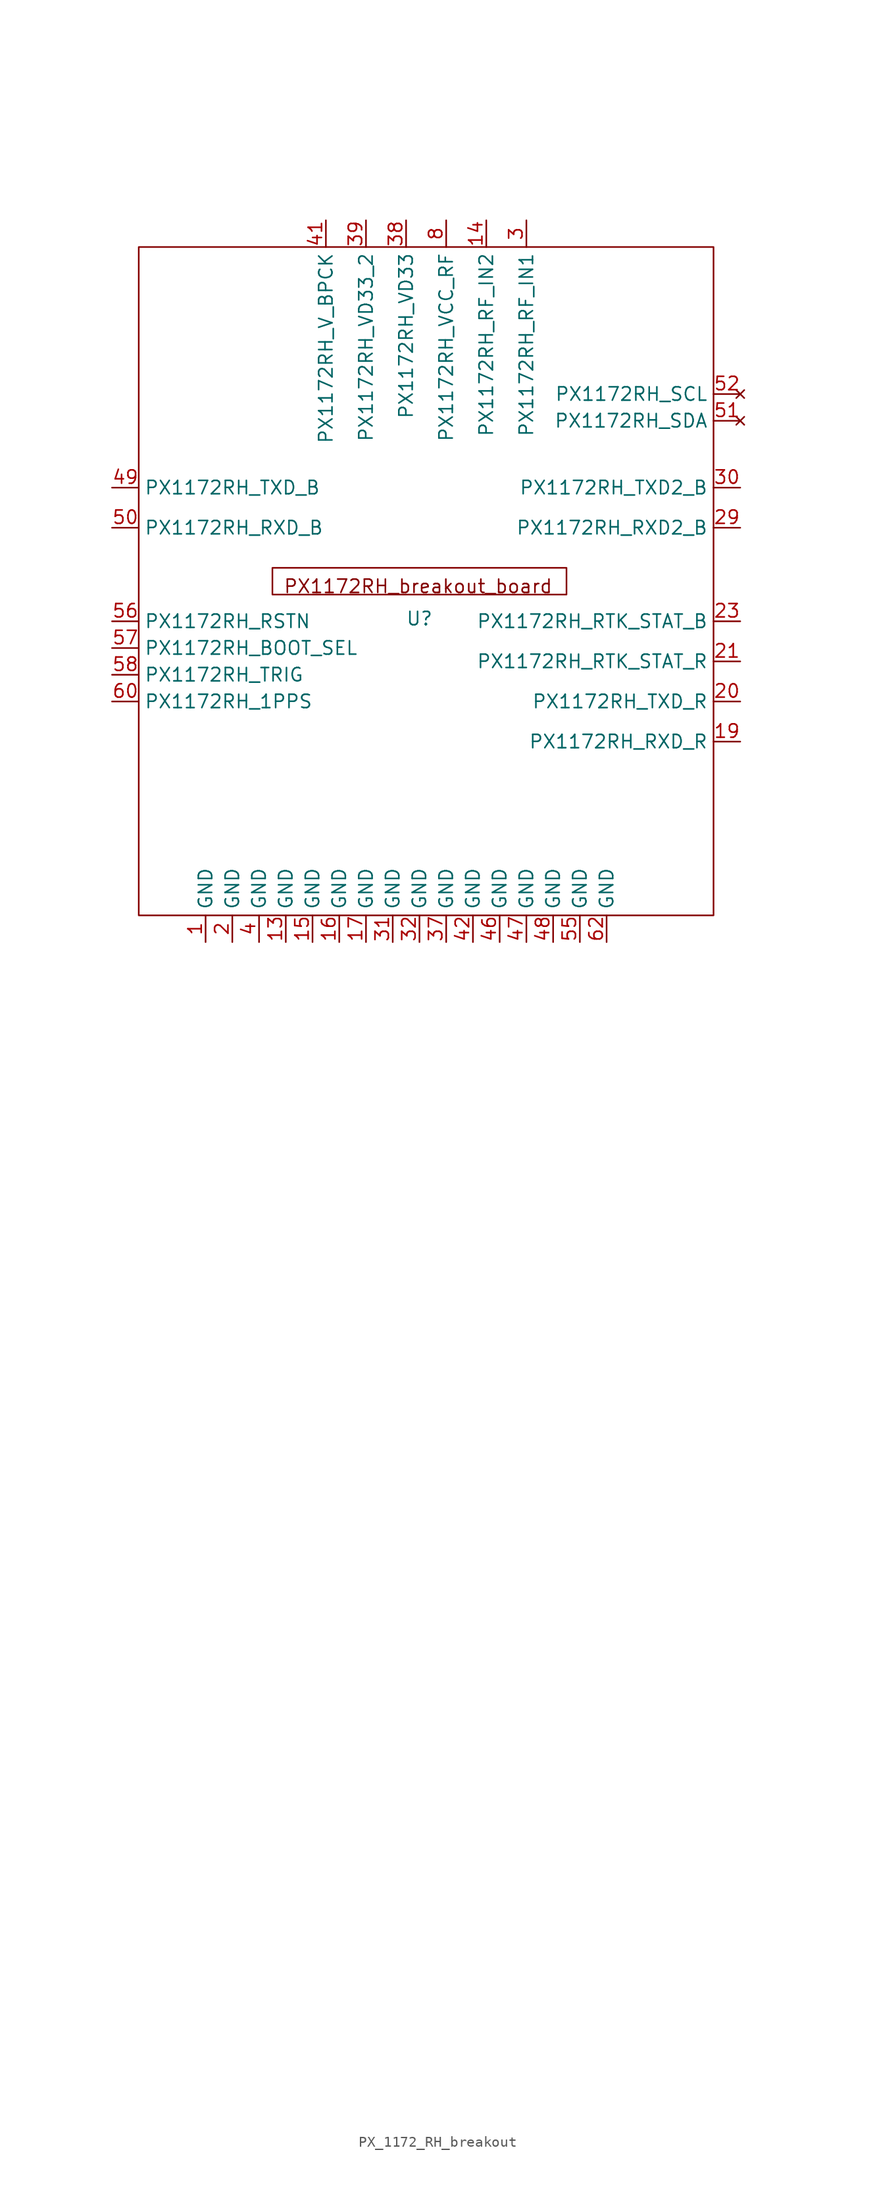
<source format=kicad_sym>
(kicad_symbol_lib
  (version 20231120)
  (generator "kicad_symbol_editor")
  (generator_version "8.0")
  (symbol "PX_1172_RH_breakout"
    (property "Reference" "U"
      (at 0 -2.286 0)
      (effects (font (size 1.27 1.27))))
    (property "Value" ""
      (at -3.81 -2.54 0)
      (effects (font (size 1.27 1.27))))
    (symbol "PX_1172_RH_breakout_0_1"
      (rectangle (start -26.67 33.02) (end 27.94 -30.48) (stroke (width 0) (type default)) (fill (type none))))
    (symbol "PX_1172_RH_breakout_1_1"
      (text_box "PX1172RH_breakout_board\n" (at -13.97 2.54 0) (size 27.94 -2.54) (stroke (width 0) (type default)) (fill (type none)) (effects (font (size 1.27 1.27)) (justify left top)))
      (pin power_in line (at -20.32 -33.02 90) (length 2.54) (name "GND" (effects (font (size 1.27 1.27)))) (number "1" (effects (font (size 1.27 1.27)))))
      (pin no_connect line (at 30.48 -67.31 0) (length 2.54) hide (name "PX1172RH_NC_9" (effects (font (size 1.27 1.27)))) (number "10" (effects (font (size 1.27 1.27)))))
      (pin no_connect line (at 30.48 -69.85 0) (length 2.54) hide (name "PX1172RH_NC_10" (effects (font (size 1.27 1.27)))) (number "11" (effects (font (size 1.27 1.27)))))
      (pin no_connect line (at 30.48 -72.39 0) (length 2.54) hide (name "PX1172RH_NC_11" (effects (font (size 1.27 1.27)))) (number "12" (effects (font (size 1.27 1.27)))))
      (pin power_in line (at -12.7 -33.02 90) (length 2.54) (name "GND" (effects (font (size 1.27 1.27)))) (number "13" (effects (font (size 1.27 1.27)))))
      (pin input line (at 6.35 35.56 270) (length 2.54) (name "PX1172RH_RF_IN2" (effects (font (size 1.27 1.27)))) (number "14" (effects (font (size 1.27 1.27)))))
      (pin power_in line (at -10.16 -33.02 90) (length 2.54) (name "GND" (effects (font (size 1.27 1.27)))) (number "15" (effects (font (size 1.27 1.27)))))
      (pin power_in line (at -7.62 -33.02 90) (length 2.54) (name "GND" (effects (font (size 1.27 1.27)))) (number "16" (effects (font (size 1.27 1.27)))))
      (pin power_in line (at -5.08 -33.02 90) (length 2.54) (name "GND" (effects (font (size 1.27 1.27)))) (number "17" (effects (font (size 1.27 1.27)))))
      (pin no_connect line (at 30.48 -74.93 0) (length 2.54) hide (name "PX1172RH_NC_15" (effects (font (size 1.27 1.27)))) (number "18" (effects (font (size 1.27 1.27)))))
      (pin input line (at 30.48 -13.97 180) (length 2.54) (name "PX1172RH_RXD_R" (effects (font (size 1.27 1.27)))) (number "19" (effects (font (size 1.27 1.27)))))
      (pin power_in line (at -17.78 -33.02 90) (length 2.54) (name "GND" (effects (font (size 1.27 1.27)))) (number "2" (effects (font (size 1.27 1.27)))))
      (pin output line (at 30.48 -10.16 180) (length 2.54) (name "PX1172RH_TXD_R" (effects (font (size 1.27 1.27)))) (number "20" (effects (font (size 1.27 1.27)))))
      (pin output line (at 30.48 -6.35 180) (length 2.54) (name "PX1172RH_RTK_STAT_R" (effects (font (size 1.27 1.27)))) (number "21" (effects (font (size 1.27 1.27)))))
      (pin no_connect line (at 30.48 -77.47 0) (length 2.54) hide (name "PX1172RH_NC_19" (effects (font (size 1.27 1.27)))) (number "22" (effects (font (size 1.27 1.27)))))
      (pin output line (at 30.48 -2.54 180) (length 2.54) (name "PX1172RH_RTK_STAT_B" (effects (font (size 1.27 1.27)))) (number "23" (effects (font (size 1.27 1.27)))))
      (pin no_connect line (at 30.48 -80.01 0) (length 2.54) hide (name "PX1172RH_NC_21" (effects (font (size 1.27 1.27)))) (number "24" (effects (font (size 1.27 1.27)))))
      (pin no_connect line (at 30.48 -83.82 0) (length 2.54) hide (name "PX1172RH_NC_22" (effects (font (size 1.27 1.27)))) (number "25" (effects (font (size 1.27 1.27)))))
      (pin no_connect line (at 30.48 -87.63 0) (length 2.54) hide (name "PX1172RH_NC_23" (effects (font (size 1.27 1.27)))) (number "26" (effects (font (size 1.27 1.27)))))
      (pin no_connect line (at 30.48 -91.44 0) (length 2.54) hide (name "PX1172RH_NC_24" (effects (font (size 1.27 1.27)))) (number "27" (effects (font (size 1.27 1.27)))))
      (pin no_connect line (at 30.48 -95.25 0) (length 2.54) hide (name "PX1172RH_NC_25" (effects (font (size 1.27 1.27)))) (number "28" (effects (font (size 1.27 1.27)))))
      (pin input line (at 30.48 6.35 180) (length 2.54) (name "PX1172RH_RXD2_B" (effects (font (size 1.27 1.27)))) (number "29" (effects (font (size 1.27 1.27)))))
      (pin input line (at 10.16 35.56 270) (length 2.54) (name "PX1172RH_RF_IN1" (effects (font (size 1.27 1.27)))) (number "3" (effects (font (size 1.27 1.27)))))
      (pin output line (at 30.48 10.16 180) (length 2.54) (name "PX1172RH_TXD2_B" (effects (font (size 1.27 1.27)))) (number "30" (effects (font (size 1.27 1.27)))))
      (pin power_in line (at -2.54 -33.02 90) (length 2.54) (name "GND" (effects (font (size 1.27 1.27)))) (number "31" (effects (font (size 1.27 1.27)))))
      (pin power_in line (at 0 -33.02 90) (length 2.54) (name "GND" (effects (font (size 1.27 1.27)))) (number "32" (effects (font (size 1.27 1.27)))))
      (pin no_connect line (at 30.48 -97.79 0) (length 2.54) hide (name "PX1172RH_NC_28" (effects (font (size 1.27 1.27)))) (number "33" (effects (font (size 1.27 1.27)))))
      (pin no_connect line (at 30.48 -100.33 0) (length 2.54) hide (name "PX1172RH_NC_29" (effects (font (size 1.27 1.27)))) (number "34" (effects (font (size 1.27 1.27)))))
      (pin no_connect line (at 30.48 -102.87 0) (length 2.54) hide (name "PX1172RH_NC_30" (effects (font (size 1.27 1.27)))) (number "35" (effects (font (size 1.27 1.27)))))
      (pin no_connect line (at 30.48 -105.41 0) (length 2.54) hide (name "PX1172RH_NC_31" (effects (font (size 1.27 1.27)))) (number "36" (effects (font (size 1.27 1.27)))))
      (pin power_in line (at 2.54 -33.02 90) (length 2.54) (name "GND" (effects (font (size 1.27 1.27)))) (number "37" (effects (font (size 1.27 1.27)))))
      (pin power_in line (at -1.27 35.56 270) (length 2.54) (name "PX1172RH_VD33" (effects (font (size 1.27 1.27)))) (number "38" (effects (font (size 1.27 1.27)))))
      (pin power_in line (at -5.08 35.56 270) (length 2.54) (name "PX1172RH_VD33_2" (effects (font (size 1.27 1.27)))) (number "39" (effects (font (size 1.27 1.27)))))
      (pin power_in line (at -15.24 -33.02 90) (length 2.54) (name "GND" (effects (font (size 1.27 1.27)))) (number "4" (effects (font (size 1.27 1.27)))))
      (pin no_connect line (at 30.48 -127 0) (length 2.54) hide (name "PX1172RH_NC_35" (effects (font (size 1.27 1.27)))) (number "40" (effects (font (size 1.27 1.27)))))
      (pin power_in line (at -8.89 35.56 270) (length 2.54) (name "PX1172RH_V_BPCK" (effects (font (size 1.27 1.27)))) (number "41" (effects (font (size 1.27 1.27)))))
      (pin power_in line (at 5.08 -33.02 90) (length 2.54) (name "GND" (effects (font (size 1.27 1.27)))) (number "42" (effects (font (size 1.27 1.27)))))
      (pin no_connect line (at 30.48 -107.95 0) (length 2.54) hide (name "PX1172RH_NC_38" (effects (font (size 1.27 1.27)))) (number "43" (effects (font (size 1.27 1.27)))))
      (pin no_connect line (at 30.48 -111.76 0) (length 2.54) hide (name "PX1172RH_NC_39" (effects (font (size 1.27 1.27)))) (number "44" (effects (font (size 1.27 1.27)))))
      (pin no_connect line (at 30.48 -115.57 0) (length 2.54) hide (name "PX1172RH_NC_40" (effects (font (size 1.27 1.27)))) (number "45" (effects (font (size 1.27 1.27)))))
      (pin power_in line (at 7.62 -33.02 90) (length 2.54) (name "GND" (effects (font (size 1.27 1.27)))) (number "46" (effects (font (size 1.27 1.27)))))
      (pin power_in line (at 10.16 -33.02 90) (length 2.54) (name "GND" (effects (font (size 1.27 1.27)))) (number "47" (effects (font (size 1.27 1.27)))))
      (pin power_in line (at 12.7 -33.02 90) (length 2.54) (name "GND" (effects (font (size 1.27 1.27)))) (number "48" (effects (font (size 1.27 1.27)))))
      (pin output line (at -29.21 10.16 0) (length 2.54) (name "PX1172RH_TXD_B" (effects (font (size 1.27 1.27)))) (number "49" (effects (font (size 1.27 1.27)))))
      (pin no_connect line (at 30.48 -57.15 0) (length 2.54) hide (name "PX1172RH_NC_4" (effects (font (size 1.27 1.27)))) (number "5" (effects (font (size 1.27 1.27)))))
      (pin input line (at -29.21 6.35 0) (length 2.54) (name "PX1172RH_RXD_B" (effects (font (size 1.27 1.27)))) (number "50" (effects (font (size 1.27 1.27)))))
      (pin no_connect line (at 30.48 16.51 180) (length 2.54) (name "PX1172RH_SDA" (effects (font (size 1.27 1.27)))) (number "51" (effects (font (size 1.27 1.27)))))
      (pin no_connect line (at 30.48 19.05 180) (length 2.54) (name "PX1172RH_SCL" (effects (font (size 1.27 1.27)))) (number "52" (effects (font (size 1.27 1.27)))))
      (pin no_connect line (at 30.48 -119.38 0) (length 2.54) hide (name "PX1172RH_NC_46" (effects (font (size 1.27 1.27)))) (number "53" (effects (font (size 1.27 1.27)))))
      (pin no_connect line (at 30.48 -121.92 0) (length 2.54) hide (name "PX1172RH_NC_47" (effects (font (size 1.27 1.27)))) (number "54" (effects (font (size 1.27 1.27)))))
      (pin power_in line (at 15.24 -33.02 90) (length 2.54) (name "GND" (effects (font (size 1.27 1.27)))) (number "55" (effects (font (size 1.27 1.27)))))
      (pin input line (at -29.21 -2.54 0) (length 2.54) (name "PX1172RH_RSTN" (effects (font (size 1.27 1.27)))) (number "56" (effects (font (size 1.27 1.27)))))
      (pin input line (at -29.21 -5.08 0) (length 2.54) (name "PX1172RH_BOOT_SEL" (effects (font (size 1.27 1.27)))) (number "57" (effects (font (size 1.27 1.27)))))
      (pin input line (at -29.21 -7.62 0) (length 2.54) (name "PX1172RH_TRIG" (effects (font (size 1.27 1.27)))) (number "58" (effects (font (size 1.27 1.27)))))
      (pin no_connect line (at 30.48 -124.46 0) (length 2.54) hide (name "PX1172RH_NC_52" (effects (font (size 1.27 1.27)))) (number "59" (effects (font (size 1.27 1.27)))))
      (pin no_connect line (at 30.48 -59.69 0) (length 2.54) hide (name "PX1172RH_NC_5" (effects (font (size 1.27 1.27)))) (number "6" (effects (font (size 1.27 1.27)))))
      (pin output line (at -29.21 -10.16 0) (length 2.54) (name "PX1172RH_1PPS" (effects (font (size 1.27 1.27)))) (number "60" (effects (font (size 1.27 1.27)))))
      (pin no_connect line (at 30.48 -129.54 0) (length 2.54) hide (name "PX1172RH_NC_54" (effects (font (size 1.27 1.27)))) (number "61" (effects (font (size 1.27 1.27)))))
      (pin power_in line (at 17.78 -33.02 90) (length 2.54) (name "GND" (effects (font (size 1.27 1.27)))) (number "62" (effects (font (size 1.27 1.27)))))
      (pin no_connect line (at 30.48 -62.23 0) (length 2.54) hide (name "PX1172RH_NC_6" (effects (font (size 1.27 1.27)))) (number "7" (effects (font (size 1.27 1.27)))))
      (pin power_in line (at 2.54 35.56 270) (length 2.54) (name "PX1172RH_VCC_RF" (effects (font (size 1.27 1.27)))) (number "8" (effects (font (size 1.27 1.27)))))
      (pin no_connect line (at 30.48 -64.77 0) (length 2.54) hide (name "PX1172RH_NC_8" (effects (font (size 1.27 1.27)))) (number "9" (effects (font (size 1.27 1.27))))))))
</source>
